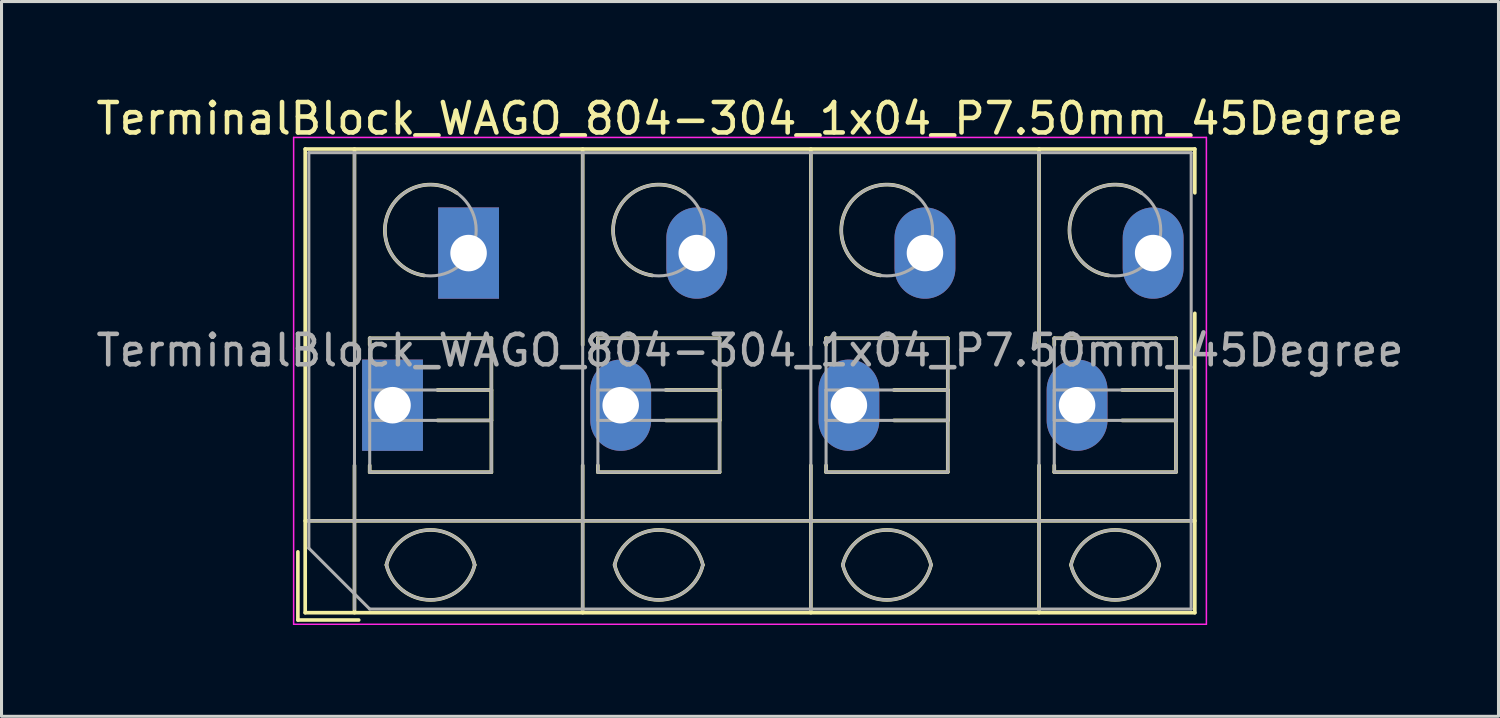
<source format=kicad_pcb>
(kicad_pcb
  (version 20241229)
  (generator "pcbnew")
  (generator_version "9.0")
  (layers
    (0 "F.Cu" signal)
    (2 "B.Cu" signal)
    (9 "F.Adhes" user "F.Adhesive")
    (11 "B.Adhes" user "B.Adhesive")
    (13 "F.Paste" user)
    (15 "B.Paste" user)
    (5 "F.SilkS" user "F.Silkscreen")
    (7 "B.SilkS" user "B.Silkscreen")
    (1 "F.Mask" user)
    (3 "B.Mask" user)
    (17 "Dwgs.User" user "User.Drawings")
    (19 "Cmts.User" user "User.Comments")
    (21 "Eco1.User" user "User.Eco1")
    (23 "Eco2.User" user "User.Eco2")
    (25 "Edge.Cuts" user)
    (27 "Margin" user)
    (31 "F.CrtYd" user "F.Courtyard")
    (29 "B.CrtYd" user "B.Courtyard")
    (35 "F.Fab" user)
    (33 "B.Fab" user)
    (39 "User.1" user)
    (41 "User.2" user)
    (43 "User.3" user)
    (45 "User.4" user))
  (footprint "TerminalBlock_WAGO_804-304_1x04_P7.50mm_45Degree"
    (layer "F.Cu")
    (at 9.851 10.268)
    (property "Reference" "TerminalBlock_WAGO_804-304_1x04_P7.50mm_45Degree" (at 11.75 -9.42 0) (layer "F.SilkS") (effects (font (size 1 1) (thickness 0.15))))
    (attr through_hole)
    (fp_line (start -3.11 4.82) (end -3.11 7.06) (stroke (width 0.12) (type solid)) (layer "F.SilkS"))
    (fp_line (start -3.11 7.06) (end -1.11 7.06) (stroke (width 0.12) (type solid)) (layer "F.SilkS"))
    (fp_line (start -2.87 -8.42) (end -2.87 6.82) (stroke (width 0.12) (type solid)) (layer "F.SilkS"))
    (fp_line (start -2.87 -8.42) (end 26.37 -8.42) (stroke (width 0.12) (type solid)) (layer "F.SilkS"))
    (fp_line (start -2.87 3.8) (end 26.37 3.8) (stroke (width 0.12) (type solid)) (layer "F.SilkS"))
    (fp_line (start -2.87 6.82) (end 26.37 6.82) (stroke (width 0.12) (type solid)) (layer "F.SilkS"))
    (fp_line (start -1.25 -8.42) (end -1.25 -1.98) (stroke (width 0.12) (type solid)) (layer "F.SilkS"))
    (fp_line (start -1.25 1.98) (end -1.25 6.82) (stroke (width 0.12) (type solid)) (layer "F.SilkS"))
    (fp_line (start -0.75 -2.2) (end -0.75 -1.98) (stroke (width 0.12) (type solid)) (layer "F.SilkS"))
    (fp_line (start -0.75 -2.2) (end 3.25 -2.2) (stroke (width 0.12) (type solid)) (layer "F.SilkS"))
    (fp_line (start -0.75 1.98) (end -0.75 2.2) (stroke (width 0.12) (type solid)) (layer "F.SilkS"))
    (fp_line (start -0.75 2.2) (end 3.25 2.2) (stroke (width 0.12) (type solid)) (layer "F.SilkS"))
    (fp_line (start 1.48 -0.5) (end 3.25 -0.5) (stroke (width 0.12) (type solid)) (layer "F.SilkS"))
    (fp_line (start 1.48 0.5) (end 3.25 0.5) (stroke (width 0.12) (type solid)) (layer "F.SilkS"))
    (fp_line (start 3.25 -2.2) (end 3.25 2.2) (stroke (width 0.12) (type solid)) (layer "F.SilkS"))
    (fp_line (start 3.25 -0.5) (end 3.25 0.5) (stroke (width 0.12) (type solid)) (layer "F.SilkS"))
    (fp_line (start 6.25 -8.42) (end 6.25 -1.98) (stroke (width 0.12) (type solid)) (layer "F.SilkS"))
    (fp_line (start 6.25 1.98) (end 6.25 6.82) (stroke (width 0.12) (type solid)) (layer "F.SilkS"))
    (fp_line (start 6.75 -2.2) (end 6.75 -1.98) (stroke (width 0.12) (type solid)) (layer "F.SilkS"))
    (fp_line (start 6.75 -2.2) (end 10.75 -2.2) (stroke (width 0.12) (type solid)) (layer "F.SilkS"))
    (fp_line (start 6.75 1.98) (end 6.75 2.2) (stroke (width 0.12) (type solid)) (layer "F.SilkS"))
    (fp_line (start 6.75 2.2) (end 10.75 2.2) (stroke (width 0.12) (type solid)) (layer "F.SilkS"))
    (fp_line (start 8.98 -0.5) (end 10.75 -0.5) (stroke (width 0.12) (type solid)) (layer "F.SilkS"))
    (fp_line (start 8.98 0.5) (end 10.75 0.5) (stroke (width 0.12) (type solid)) (layer "F.SilkS"))
    (fp_line (start 10.75 -2.2) (end 10.75 2.2) (stroke (width 0.12) (type solid)) (layer "F.SilkS"))
    (fp_line (start 10.75 -0.5) (end 10.75 0.5) (stroke (width 0.12) (type solid)) (layer "F.SilkS"))
    (fp_line (start 13.75 -8.42) (end 13.75 -1.98) (stroke (width 0.12) (type solid)) (layer "F.SilkS"))
    (fp_line (start 13.75 1.98) (end 13.75 6.82) (stroke (width 0.12) (type solid)) (layer "F.SilkS"))
    (fp_line (start 14.25 -2.2) (end 14.25 -1.98) (stroke (width 0.12) (type solid)) (layer "F.SilkS"))
    (fp_line (start 14.25 -2.2) (end 18.25 -2.2) (stroke (width 0.12) (type solid)) (layer "F.SilkS"))
    (fp_line (start 14.25 1.98) (end 14.25 2.2) (stroke (width 0.12) (type solid)) (layer "F.SilkS"))
    (fp_line (start 14.25 2.2) (end 18.25 2.2) (stroke (width 0.12) (type solid)) (layer "F.SilkS"))
    (fp_line (start 16.48 -0.5) (end 18.25 -0.5) (stroke (width 0.12) (type solid)) (layer "F.SilkS"))
    (fp_line (start 16.48 0.5) (end 18.25 0.5) (stroke (width 0.12) (type solid)) (layer "F.SilkS"))
    (fp_line (start 18.25 -2.2) (end 18.25 2.2) (stroke (width 0.12) (type solid)) (layer "F.SilkS"))
    (fp_line (start 18.25 -0.5) (end 18.25 0.5) (stroke (width 0.12) (type solid)) (layer "F.SilkS"))
    (fp_line (start 21.25 -8.42) (end 21.25 -1.98) (stroke (width 0.12) (type solid)) (layer "F.SilkS"))
    (fp_line (start 21.25 1.98) (end 21.25 6.82) (stroke (width 0.12) (type solid)) (layer "F.SilkS"))
    (fp_line (start 21.75 -2.2) (end 21.75 -1.98) (stroke (width 0.12) (type solid)) (layer "F.SilkS"))
    (fp_line (start 21.75 -2.2) (end 25.75 -2.2) (stroke (width 0.12) (type solid)) (layer "F.SilkS"))
    (fp_line (start 21.75 1.98) (end 21.75 2.2) (stroke (width 0.12) (type solid)) (layer "F.SilkS"))
    (fp_line (start 21.75 2.2) (end 25.75 2.2) (stroke (width 0.12) (type solid)) (layer "F.SilkS"))
    (fp_line (start 23.98 -0.5) (end 25.75 -0.5) (stroke (width 0.12) (type solid)) (layer "F.SilkS"))
    (fp_line (start 23.98 0.5) (end 25.75 0.5) (stroke (width 0.12) (type solid)) (layer "F.SilkS"))
    (fp_line (start 25.75 -2.2) (end 25.75 2.2) (stroke (width 0.12) (type solid)) (layer "F.SilkS"))
    (fp_line (start 25.75 -0.5) (end 25.75 0.5) (stroke (width 0.12) (type solid)) (layer "F.SilkS"))
    (fp_line (start 26.37 -8.42) (end 26.37 -6.98) (stroke (width 0.12) (type solid)) (layer "F.SilkS"))
    (fp_line (start 26.37 -3.02) (end 26.37 6.82) (stroke (width 0.12) (type solid)) (layer "F.SilkS"))
    (fp_arc (start -0.200865 5.250424) (mid 1.250296 4.099926) (end 2.701 5.251) (stroke (width 0.12) (type solid)) (layer "F.SilkS"))
    (fp_arc (start 1.040798 -4.264067) (mid -0.146039 -6.300306) (end 2.111 -6.979) (stroke (width 0.12) (type solid)) (layer "F.SilkS"))
    (fp_arc (start 2.7 5.25) (mid 1.250068 6.400101) (end -0.199969 5.250133) (stroke (width 0.12) (type solid)) (layer "F.SilkS"))
    (fp_arc (start 7.299135 5.250424) (mid 8.750296 4.099926) (end 10.201 5.251) (stroke (width 0.12) (type solid)) (layer "F.SilkS"))
    (fp_arc (start 8.540798 -4.264067) (mid 7.353961 -6.300306) (end 9.611 -6.979) (stroke (width 0.12) (type solid)) (layer "F.SilkS"))
    (fp_arc (start 10.2 5.25) (mid 8.750068 6.400101) (end 7.300031 5.250133) (stroke (width 0.12) (type solid)) (layer "F.SilkS"))
    (fp_arc (start 14.799135 5.250424) (mid 16.250296 4.099926) (end 17.701 5.251) (stroke (width 0.12) (type solid)) (layer "F.SilkS"))
    (fp_arc (start 16.040798 -4.264067) (mid 14.853961 -6.300306) (end 17.111 -6.979) (stroke (width 0.12) (type solid)) (layer "F.SilkS"))
    (fp_arc (start 17.7 5.25) (mid 16.250068 6.400101) (end 14.800031 5.250133) (stroke (width 0.12) (type solid)) (layer "F.SilkS"))
    (fp_arc (start 22.299135 5.250424) (mid 23.750296 4.099926) (end 25.201 5.251) (stroke (width 0.12) (type solid)) (layer "F.SilkS"))
    (fp_arc (start 23.540798 -4.264067) (mid 22.353961 -6.300306) (end 24.611 -6.979) (stroke (width 0.12) (type solid)) (layer "F.SilkS"))
    (fp_arc (start 25.2 5.25) (mid 23.750068 6.400101) (end 22.300031 5.250133) (stroke (width 0.12) (type solid)) (layer "F.SilkS"))
    (fp_line (start -3.25 -8.8) (end -3.25 7.2) (stroke (width 0.05) (type solid)) (layer "F.CrtYd"))
    (fp_line (start -3.25 7.2) (end 26.75 7.2) (stroke (width 0.05) (type solid)) (layer "F.CrtYd"))
    (fp_line (start 26.75 -8.8) (end -3.25 -8.8) (stroke (width 0.05) (type solid)) (layer "F.CrtYd"))
    (fp_line (start 26.75 7.2) (end 26.75 -8.8) (stroke (width 0.05) (type solid)) (layer "F.CrtYd"))
    (fp_line (start -2.75 -8.3) (end 26.25 -8.3) (stroke (width 0.1) (type solid)) (layer "F.Fab"))
    (fp_line (start -2.75 3.8) (end 26.25 3.8) (stroke (width 0.1) (type solid)) (layer "F.Fab"))
    (fp_line (start -2.75 4.7) (end -2.75 -8.3) (stroke (width 0.1) (type solid)) (layer "F.Fab"))
    (fp_line (start -1.25 -8.3) (end -1.25 6.7) (stroke (width 0.1) (type solid)) (layer "F.Fab"))
    (fp_line (start -0.75 -2.2) (end -0.75 2.2) (stroke (width 0.1) (type solid)) (layer "F.Fab"))
    (fp_line (start -0.75 -0.5) (end -0.75 0.5) (stroke (width 0.1) (type solid)) (layer "F.Fab"))
    (fp_line (start -0.75 0.5) (end 3.25 0.5) (stroke (width 0.1) (type solid)) (layer "F.Fab"))
    (fp_line (start -0.75 2.2) (end 3.25 2.2) (stroke (width 0.1) (type solid)) (layer "F.Fab"))
    (fp_line (start -0.75 6.7) (end -2.75 4.7) (stroke (width 0.1) (type solid)) (layer "F.Fab"))
    (fp_line (start 3.25 -2.2) (end -0.75 -2.2) (stroke (width 0.1) (type solid)) (layer "F.Fab"))
    (fp_line (start 3.25 -0.5) (end -0.75 -0.5) (stroke (width 0.1) (type solid)) (layer "F.Fab"))
    (fp_line (start 3.25 0.5) (end 3.25 -0.5) (stroke (width 0.1) (type solid)) (layer "F.Fab"))
    (fp_line (start 3.25 2.2) (end 3.25 -2.2) (stroke (width 0.1) (type solid)) (layer "F.Fab"))
    (fp_line (start 6.25 -8.3) (end 6.25 6.7) (stroke (width 0.1) (type solid)) (layer "F.Fab"))
    (fp_line (start 6.75 -2.2) (end 6.75 2.2) (stroke (width 0.1) (type solid)) (layer "F.Fab"))
    (fp_line (start 6.75 -0.5) (end 6.75 0.5) (stroke (width 0.1) (type solid)) (layer "F.Fab"))
    (fp_line (start 6.75 0.5) (end 10.75 0.5) (stroke (width 0.1) (type solid)) (layer "F.Fab"))
    (fp_line (start 6.75 2.2) (end 10.75 2.2) (stroke (width 0.1) (type solid)) (layer "F.Fab"))
    (fp_line (start 10.75 -2.2) (end 6.75 -2.2) (stroke (width 0.1) (type solid)) (layer "F.Fab"))
    (fp_line (start 10.75 -0.5) (end 6.75 -0.5) (stroke (width 0.1) (type solid)) (layer "F.Fab"))
    (fp_line (start 10.75 0.5) (end 10.75 -0.5) (stroke (width 0.1) (type solid)) (layer "F.Fab"))
    (fp_line (start 10.75 2.2) (end 10.75 -2.2) (stroke (width 0.1) (type solid)) (layer "F.Fab"))
    (fp_line (start 13.75 -8.3) (end 13.75 6.7) (stroke (width 0.1) (type solid)) (layer "F.Fab"))
    (fp_line (start 14.25 -2.2) (end 14.25 2.2) (stroke (width 0.1) (type solid)) (layer "F.Fab"))
    (fp_line (start 14.25 -0.5) (end 14.25 0.5) (stroke (width 0.1) (type solid)) (layer "F.Fab"))
    (fp_line (start 14.25 0.5) (end 18.25 0.5) (stroke (width 0.1) (type solid)) (layer "F.Fab"))
    (fp_line (start 14.25 2.2) (end 18.25 2.2) (stroke (width 0.1) (type solid)) (layer "F.Fab"))
    (fp_line (start 18.25 -2.2) (end 14.25 -2.2) (stroke (width 0.1) (type solid)) (layer "F.Fab"))
    (fp_line (start 18.25 -0.5) (end 14.25 -0.5) (stroke (width 0.1) (type solid)) (layer "F.Fab"))
    (fp_line (start 18.25 0.5) (end 18.25 -0.5) (stroke (width 0.1) (type solid)) (layer "F.Fab"))
    (fp_line (start 18.25 2.2) (end 18.25 -2.2) (stroke (width 0.1) (type solid)) (layer "F.Fab"))
    (fp_line (start 21.25 -8.3) (end 21.25 6.7) (stroke (width 0.1) (type solid)) (layer "F.Fab"))
    (fp_line (start 21.75 -2.2) (end 21.75 2.2) (stroke (width 0.1) (type solid)) (layer "F.Fab"))
    (fp_line (start 21.75 -0.5) (end 21.75 0.5) (stroke (width 0.1) (type solid)) (layer "F.Fab"))
    (fp_line (start 21.75 0.5) (end 25.75 0.5) (stroke (width 0.1) (type solid)) (layer "F.Fab"))
    (fp_line (start 21.75 2.2) (end 25.75 2.2) (stroke (width 0.1) (type solid)) (layer "F.Fab"))
    (fp_line (start 25.75 -2.2) (end 21.75 -2.2) (stroke (width 0.1) (type solid)) (layer "F.Fab"))
    (fp_line (start 25.75 -0.5) (end 21.75 -0.5) (stroke (width 0.1) (type solid)) (layer "F.Fab"))
    (fp_line (start 25.75 0.5) (end 25.75 -0.5) (stroke (width 0.1) (type solid)) (layer "F.Fab"))
    (fp_line (start 25.75 2.2) (end 25.75 -2.2) (stroke (width 0.1) (type solid)) (layer "F.Fab"))
    (fp_line (start 26.25 -8.3) (end 26.25 6.7) (stroke (width 0.1) (type solid)) (layer "F.Fab"))
    (fp_line (start 26.25 6.7) (end -0.75 6.7) (stroke (width 0.1) (type solid)) (layer "F.Fab"))
    (fp_arc (start -0.200865 5.250424) (mid 1.250296 4.099926) (end 2.701 5.251) (stroke (width 0.1) (type solid)) (layer "F.Fab"))
    (fp_arc (start 2.7 5.25) (mid 1.250068 6.400101) (end -0.199969 5.250133) (stroke (width 0.1) (type solid)) (layer "F.Fab"))
    (fp_arc (start 7.299135 5.250424) (mid 8.750296 4.099926) (end 10.201 5.251) (stroke (width 0.1) (type solid)) (layer "F.Fab"))
    (fp_arc (start 10.2 5.25) (mid 8.750068 6.400101) (end 7.300031 5.250133) (stroke (width 0.1) (type solid)) (layer "F.Fab"))
    (fp_arc (start 14.799135 5.250424) (mid 16.250296 4.099926) (end 17.701 5.251) (stroke (width 0.1) (type solid)) (layer "F.Fab"))
    (fp_arc (start 17.7 5.25) (mid 16.250068 6.400101) (end 14.800031 5.250133) (stroke (width 0.1) (type solid)) (layer "F.Fab"))
    (fp_arc (start 22.299135 5.250424) (mid 23.750296 4.099926) (end 25.201 5.251) (stroke (width 0.1) (type solid)) (layer "F.Fab"))
    (fp_arc (start 25.2 5.25) (mid 23.750068 6.400101) (end 22.300031 5.250133) (stroke (width 0.1) (type solid)) (layer "F.Fab"))
    (fp_circle (center 1.25 -5.75) (end 2.75 -5.75) (stroke (width 0.1) (type solid)) (fill no) (layer "F.Fab"))
    (fp_circle (center 8.75 -5.75) (end 10.25 -5.75) (stroke (width 0.1) (type solid)) (fill no) (layer "F.Fab"))
    (fp_circle (center 16.25 -5.75) (end 17.75 -5.75) (stroke (width 0.1) (type solid)) (fill no) (layer "F.Fab"))
    (fp_circle (center 23.75 -5.75) (end 25.25 -5.75) (stroke (width 0.1) (type solid)) (fill no) (layer "F.Fab"))
    (fp_text user "${REFERENCE}" (at 11.75 -1.8 0) (layer "F.Fab") (effects (font (size 1 1) (thickness 0.15))))
    (pad "1" thru_hole rect (at 0 0) (size 2 3) (drill 1.2) (layers "*.Cu" "*.Mask"))
    (pad "1" thru_hole rect (at 2.5 -5) (size 2 3) (drill 1.2) (layers "*.Cu" "*.Mask"))
    (pad "2" thru_hole oval (at 7.5 0) (size 2 3) (drill 1.2) (layers "*.Cu" "*.Mask"))
    (pad "2" thru_hole oval (at 10 -5) (size 2 3) (drill 1.2) (layers "*.Cu" "*.Mask"))
    (pad "3" thru_hole oval (at 15 0) (size 2 3) (drill 1.2) (layers "*.Cu" "*.Mask"))
    (pad "3" thru_hole oval (at 17.5 -5) (size 2 3) (drill 1.2) (layers "*.Cu" "*.Mask"))
    (pad "4" thru_hole oval (at 22.5 0) (size 2 3) (drill 1.2) (layers "*.Cu" "*.Mask"))
    (pad "4" thru_hole oval (at 25 -5) (size 2 3) (drill 1.2) (layers "*.Cu" "*.Mask")))
  (gr_rect
    (start -3 -3)
    (end 46.202 20.493)
    (stroke (width 0.1) (type default))
    (fill no)
    (layer "Edge.Cuts")))
</source>
